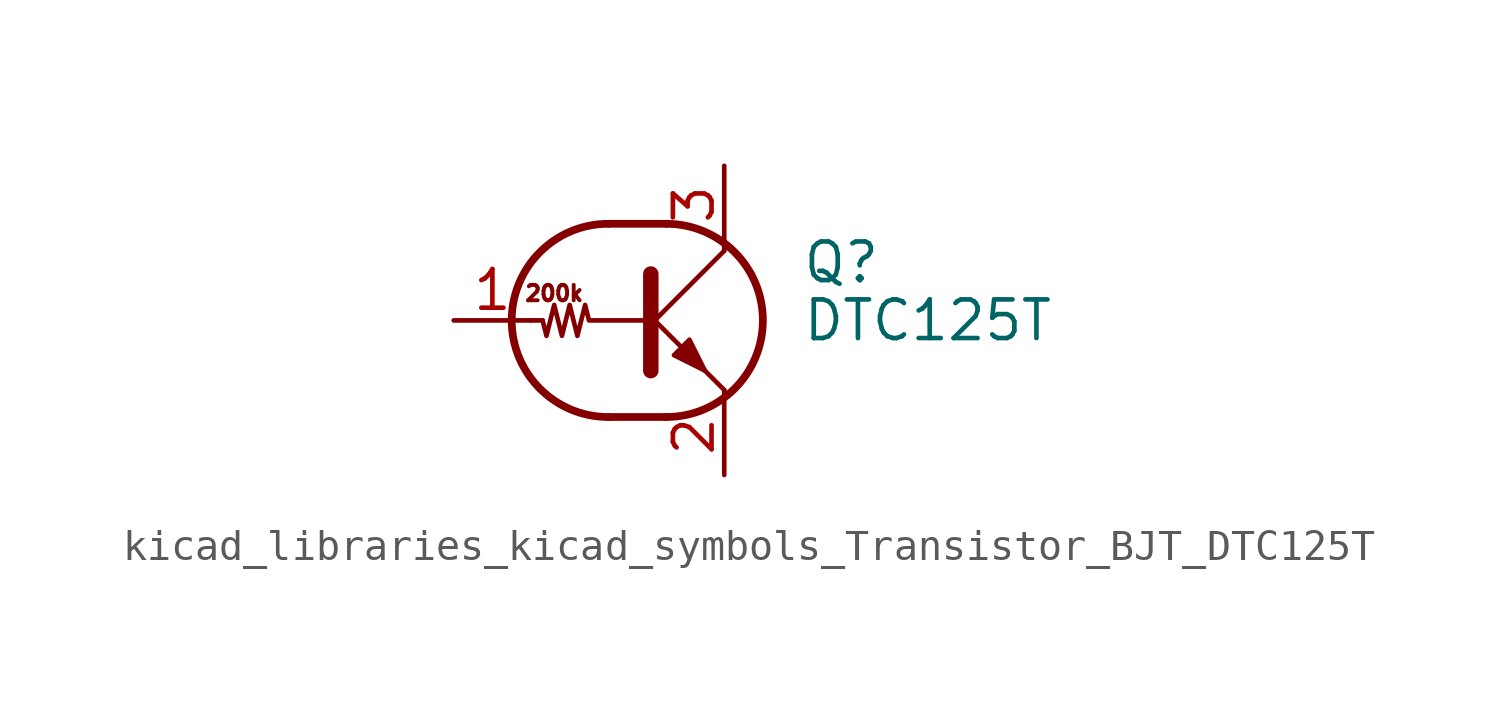
<source format=kicad_sym>
(kicad_symbol_lib
  (version 20220914)
  (generator kicad_symbol_editor)
  (symbol "kicad_libraries_kicad_symbols_Transistor_BJT_DTC125T"
    (pin_names
      (offset 0) hide)
    (property "Reference" "Q"
      (at 5.08 1.905 0)
      (effects (font (size 1.27 1.27)) (justify left)))
    (property "Value" "DTC125T"
      (at 5.08 0 0)
      (effects (font (size 1.27 1.27)) (justify left)))
    (symbol "kicad_libraries_kicad_symbols_Transistor_BJT_DTC125T_0_0"
      (polyline (pts (xy 2.54 -2.286) (xy 2.54 -2.54)) (stroke (width 0) (type default)) (fill (type none)))
      (text "200k" (at -3.048 0.889 0) (effects (font (size 0.508 0.508)))))
    (symbol "kicad_libraries_kicad_symbols_Transistor_BJT_DTC125T_0_1"
      (arc (start -1.27 3.175) (mid -4.4312 0) (end -1.27 -3.175) (stroke (width 0.254) (type default)) (fill (type none)))
      (polyline (pts (xy -3.429 0) (xy -3.81 0)) (stroke (width 0) (type default)) (fill (type none)))
      (polyline (pts (xy -1.27 -3.175) (xy 0.635 -3.175)) (stroke (width 0.254) (type default)) (fill (type none)))
      (polyline (pts (xy -1.27 3.175) (xy 0.635 3.175)) (stroke (width 0.254) (type default)) (fill (type none)))
      (polyline (pts (xy 0 -0.254) (xy 2.54 2.286)) (stroke (width 0) (type default)) (fill (type none)))
      (polyline (pts (xy 0.127 1.524) (xy 0.127 -1.651)) (stroke (width 0.508) (type default)) (fill (type outline)))
      (polyline (pts (xy 2.54 2.286) (xy 2.54 2.54)) (stroke (width 0) (type default)) (fill (type none)))
      (polyline (pts (xy 2.54 -2.286) (xy 0 0.254) (xy 0 0.254)) (stroke (width 0) (type default)) (fill (type none)))
      (polyline (pts (xy 0.889 -1.143) (xy 1.397 -0.635) (xy 1.905 -1.651) (xy 0.889 -1.143)) (stroke (width 0) (type default)) (fill (type outline)))
      (polyline (pts (xy 0 0) (xy -1.905 0) (xy -2.032 0.508) (xy -2.286 -0.508) (xy -2.54 0.508) (xy -2.794 -0.508) (xy -3.048 0.508) (xy -3.302 -0.508) (xy -3.429 0)) (stroke (width 0) (type default)) (fill (type none)))
      (arc (start 0.635 -3.175) (mid 3.7962 0) (end 0.635 3.175) (stroke (width 0.254) (type default)) (fill (type none))))
    (symbol "kicad_libraries_kicad_symbols_Transistor_BJT_DTC125T_1_1"
      (pin input line (at -6.35 0 0) (length 2.54) (name "B" (effects (font (size 1.27 1.27)))) (number "1" (effects (font (size 1.27 1.27)))))
      (pin passive line (at 2.54 -5.08 90) (length 2.54) (name "E" (effects (font (size 1.27 1.27)))) (number "2" (effects (font (size 1.27 1.27)))))
      (pin passive line (at 2.54 5.08 270) (length 2.54) (name "C" (effects (font (size 1.27 1.27)))) (number "3" (effects (font (size 1.27 1.27))))))))
</source>
